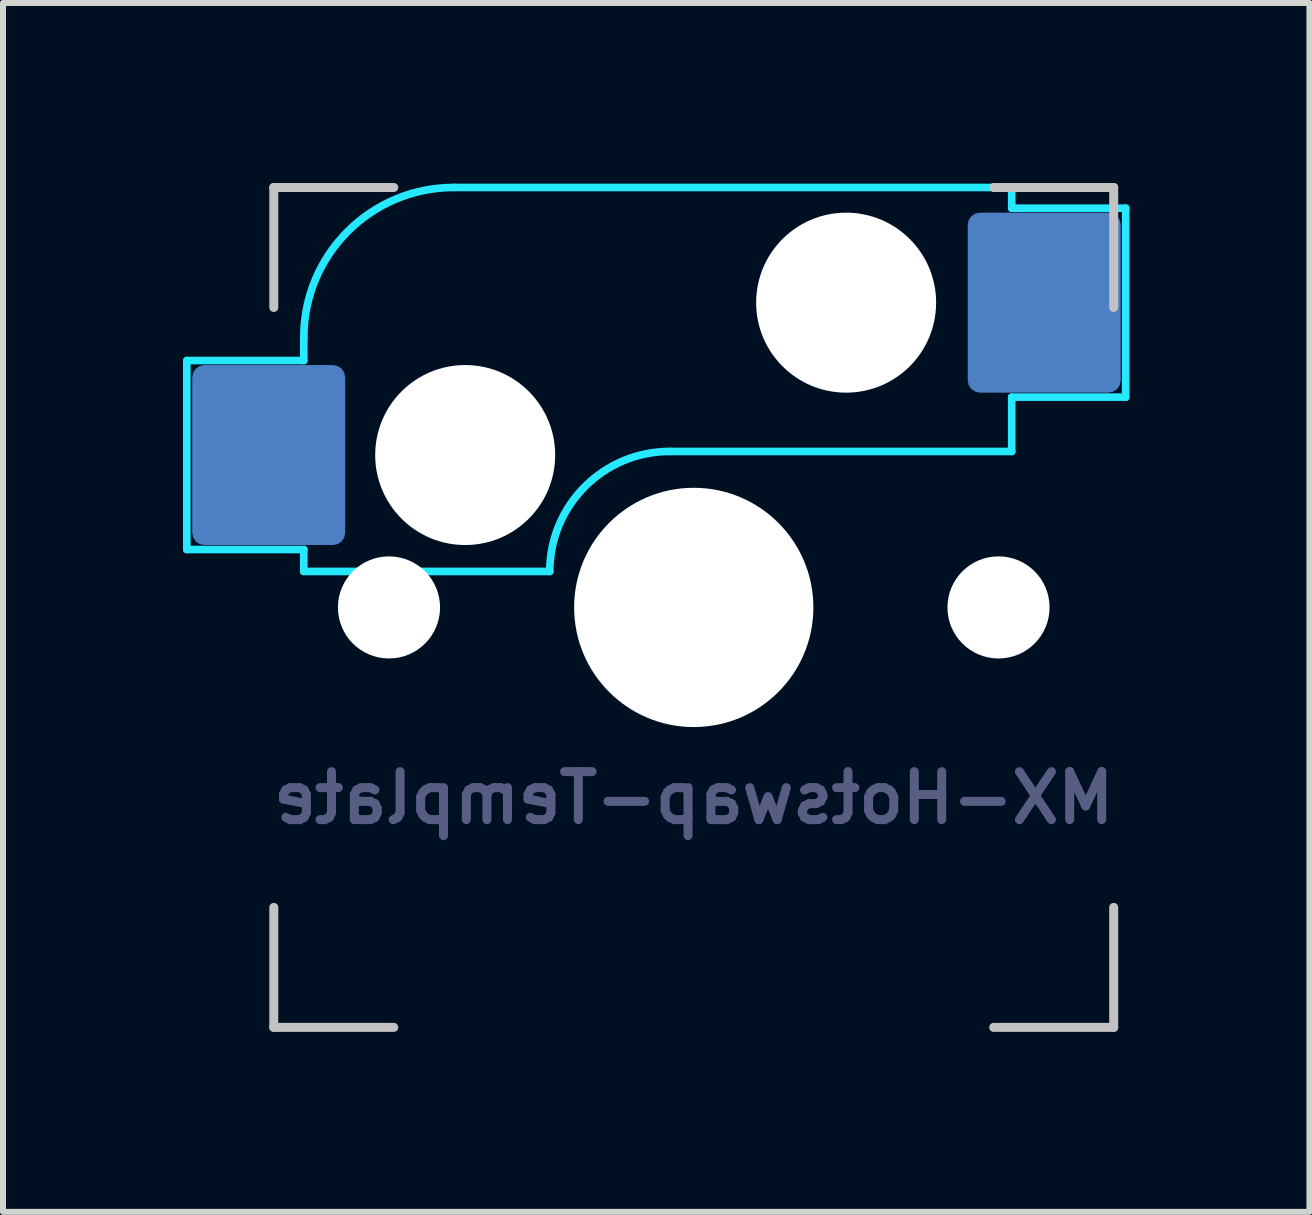
<source format=kicad_pcb>
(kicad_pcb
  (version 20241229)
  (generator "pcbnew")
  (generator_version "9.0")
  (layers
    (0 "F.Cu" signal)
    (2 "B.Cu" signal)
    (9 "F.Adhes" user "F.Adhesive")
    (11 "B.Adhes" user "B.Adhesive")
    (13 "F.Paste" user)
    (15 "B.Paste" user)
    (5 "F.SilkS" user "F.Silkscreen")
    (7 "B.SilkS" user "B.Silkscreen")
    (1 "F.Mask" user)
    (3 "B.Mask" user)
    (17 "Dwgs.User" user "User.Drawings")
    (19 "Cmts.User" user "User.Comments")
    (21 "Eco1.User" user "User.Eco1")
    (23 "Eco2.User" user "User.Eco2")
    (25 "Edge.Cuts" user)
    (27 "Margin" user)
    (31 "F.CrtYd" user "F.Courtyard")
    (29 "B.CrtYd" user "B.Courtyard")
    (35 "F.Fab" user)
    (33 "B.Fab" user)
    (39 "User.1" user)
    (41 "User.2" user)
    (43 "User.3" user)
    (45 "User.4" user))
  (footprint "MX-Hotswap-Template"
    (layer "F.Cu")
    (at 8.514 7.075)
    (property "Reference" "MX-Hotswap-Template" (at 0 3.175 0) (layer "B.Fab") (effects (font (size 0.8 0.8) (thickness 0.15)) (justify mirror)))
    (attr smd)
    (fp_line (start -7 -7) (end -7 -5) (stroke (width 0.15) (type solid)) (layer "Dwgs.User"))
    (fp_line (start -7 5) (end -7 7) (stroke (width 0.15) (type solid)) (layer "Dwgs.User"))
    (fp_line (start -7 7) (end -5 7) (stroke (width 0.15) (type solid)) (layer "Dwgs.User"))
    (fp_line (start -5 -7) (end -7 -7) (stroke (width 0.15) (type solid)) (layer "Dwgs.User"))
    (fp_line (start 5 -7) (end 7 -7) (stroke (width 0.15) (type solid)) (layer "Dwgs.User"))
    (fp_line (start 5 7) (end 7 7) (stroke (width 0.15) (type solid)) (layer "Dwgs.User"))
    (fp_line (start 7 -7) (end 7 -5) (stroke (width 0.15) (type solid)) (layer "Dwgs.User"))
    (fp_line (start 7 7) (end 7 5) (stroke (width 0.15) (type solid)) (layer "Dwgs.User"))
    (fp_line (start -8.45 -4.115) (end -8.45 -0.965) (stroke (width 0.127) (type solid)) (layer "B.CrtYd"))
    (fp_line (start -8.45 -0.965) (end -6.5 -0.965) (stroke (width 0.127) (type solid)) (layer "B.CrtYd"))
    (fp_line (start -6.5 -4.5) (end -6.5 -4.115) (stroke (width 0.127) (type solid)) (layer "B.CrtYd"))
    (fp_line (start -6.5 -4.115) (end -8.45 -4.115) (stroke (width 0.127) (type solid)) (layer "B.CrtYd"))
    (fp_line (start -6.5 -0.6) (end -6.5 -0.965) (stroke (width 0.127) (type solid)) (layer "B.CrtYd"))
    (fp_line (start -6.5 -0.6) (end -2.4 -0.6) (stroke (width 0.127) (type solid)) (layer "B.CrtYd"))
    (fp_line (start -0.4 -2.6) (end 5.3 -2.6) (stroke (width 0.127) (type solid)) (layer "B.CrtYd"))
    (fp_line (start 5.3 -7) (end -4 -7) (stroke (width 0.127) (type solid)) (layer "B.CrtYd"))
    (fp_line (start 5.3 -7) (end 5.3 -6.655) (stroke (width 0.127) (type solid)) (layer "B.CrtYd"))
    (fp_line (start 5.3 -6.655) (end 7.2 -6.655) (stroke (width 0.127) (type solid)) (layer "B.CrtYd"))
    (fp_line (start 5.3 -2.6) (end 5.3 -3.505) (stroke (width 0.127) (type solid)) (layer "B.CrtYd"))
    (fp_line (start 7.2 -6.655) (end 7.2 -3.505) (stroke (width 0.127) (type solid)) (layer "B.CrtYd"))
    (fp_line (start 7.2 -3.505) (end 5.3 -3.505) (stroke (width 0.127) (type solid)) (layer "B.CrtYd"))
    (fp_arc (start -6.5 -4.5) (mid -5.767767 -6.267767) (end -4 -7) (stroke (width 0.127) (type solid)) (layer "B.CrtYd"))
    (fp_arc (start -2.4 -0.6) (mid -1.814214 -2.014214) (end -0.4 -2.6) (stroke (width 0.127) (type solid)) (layer "B.CrtYd"))
    (pad "" np_thru_hole circle (at -5.08 0 48.099) (size 1.702 1.702) (drill 1.702) (layers "*.Cu" "*.Mask"))
    (pad "" np_thru_hole circle (at -3.81 -2.54) (size 3 3) (drill 3) (layers "*.Cu" "*.Mask"))
    (pad "" np_thru_hole circle (at 0 0) (size 3.988 3.988) (drill 3.988) (layers "*.Cu" "*.Mask"))
    (pad "" np_thru_hole circle (at 2.54 -5.08) (size 3 3) (drill 3) (layers "*.Cu" "*.Mask"))
    (pad "" np_thru_hole circle (at 5.08 0 48.099) (size 1.702 1.702) (drill 1.702) (layers "*.Cu" "*.Mask"))
    (pad "1" smd roundrect (at -7.085 -2.54 90) (size 3 2.55) (layers "B.Cu" "B.Mask" "B.Paste") (roundrect_rratio 0.08))
    (pad "2" smd roundrect (at 5.842 -5.08 90) (size 3 2.55) (layers "B.Cu" "B.Mask" "B.Paste") (roundrect_rratio 0.08)))
  (gr_rect
    (start -3 -3)
    (end 18.777 17.15)
    (stroke (width 0.1) (type default))
    (fill no)
    (layer "Edge.Cuts")))
</source>
